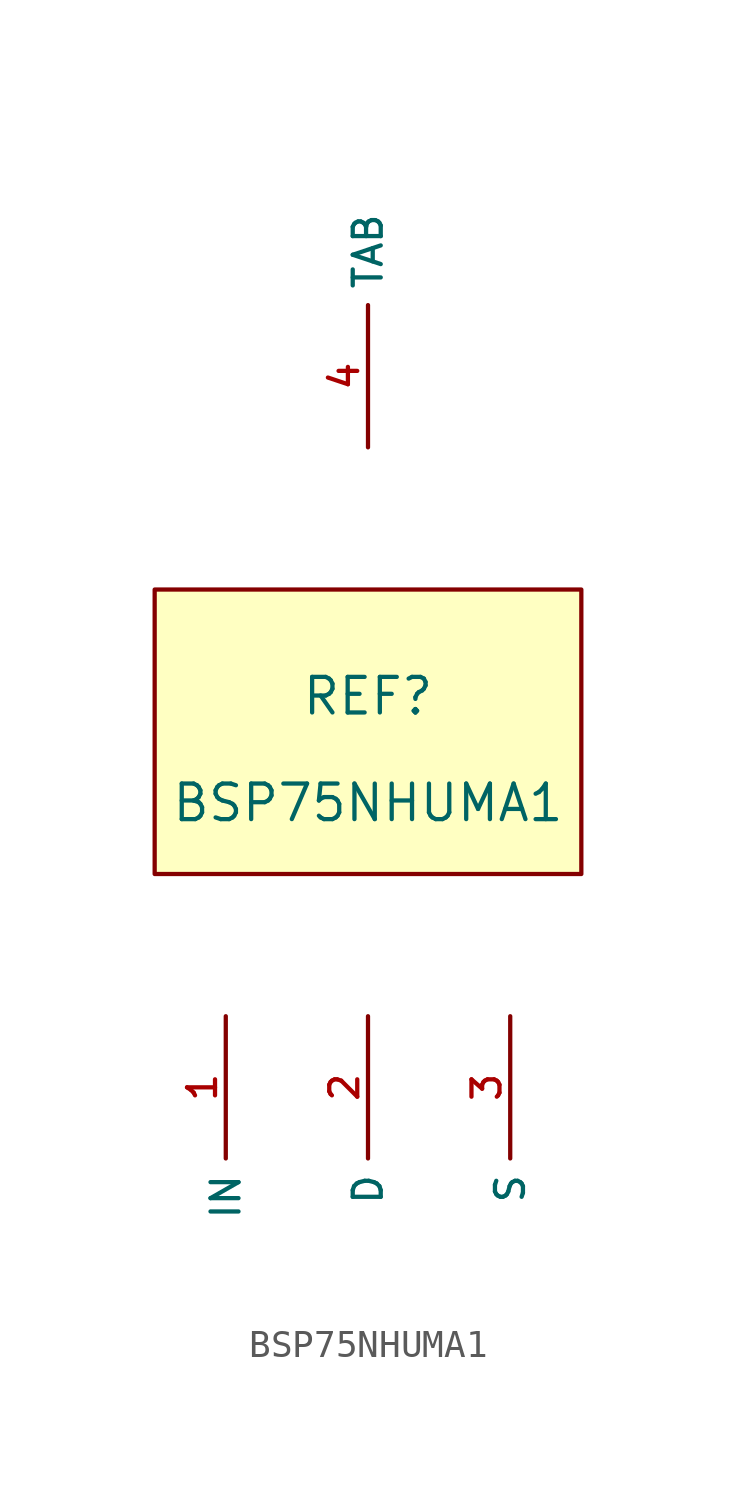
<source format=kicad_sym>
(kicad_symbol_lib
  (version 20210201)
  (generator TousstNicolas/JLC2KiCad_lib)
  (symbol "BSP75NHUMA1"
    (property "Reference" "REF"
      (at 0 1.27 0)
      (effects (font (size 1.27 1.27))))
    (property "Value" "BSP75NHUMA1"
      (at 0 -2.54 0)
      (effects (font (size 1.27 1.27))))
    (symbol "BSP75NHUMA1_0_1"
      (rectangle (start -7.62 5.08) (end 7.62 -5.08) (stroke (width 0) (type default) (color 0 0 0 0)) (fill (type background)))
      (pin unspecified line (at -5.08 -10.16 270) (length 5.08) (name "IN" (effects (font (size 1 1)))) (number "1" (effects (font (size 1 1)))))
      (pin unspecified line (at 0.0 -10.16 270) (length 5.08) (name "D" (effects (font (size 1 1)))) (number "2" (effects (font (size 1 1)))))
      (pin unspecified line (at 5.08 -10.16 270) (length 5.08) (name "S" (effects (font (size 1 1)))) (number "3" (effects (font (size 1 1)))))
      (pin unspecified line (at 0.0 10.16 90) (length 5.08) (name "TAB" (effects (font (size 1 1)))) (number "4" (effects (font (size 1 1))))))))
</source>
